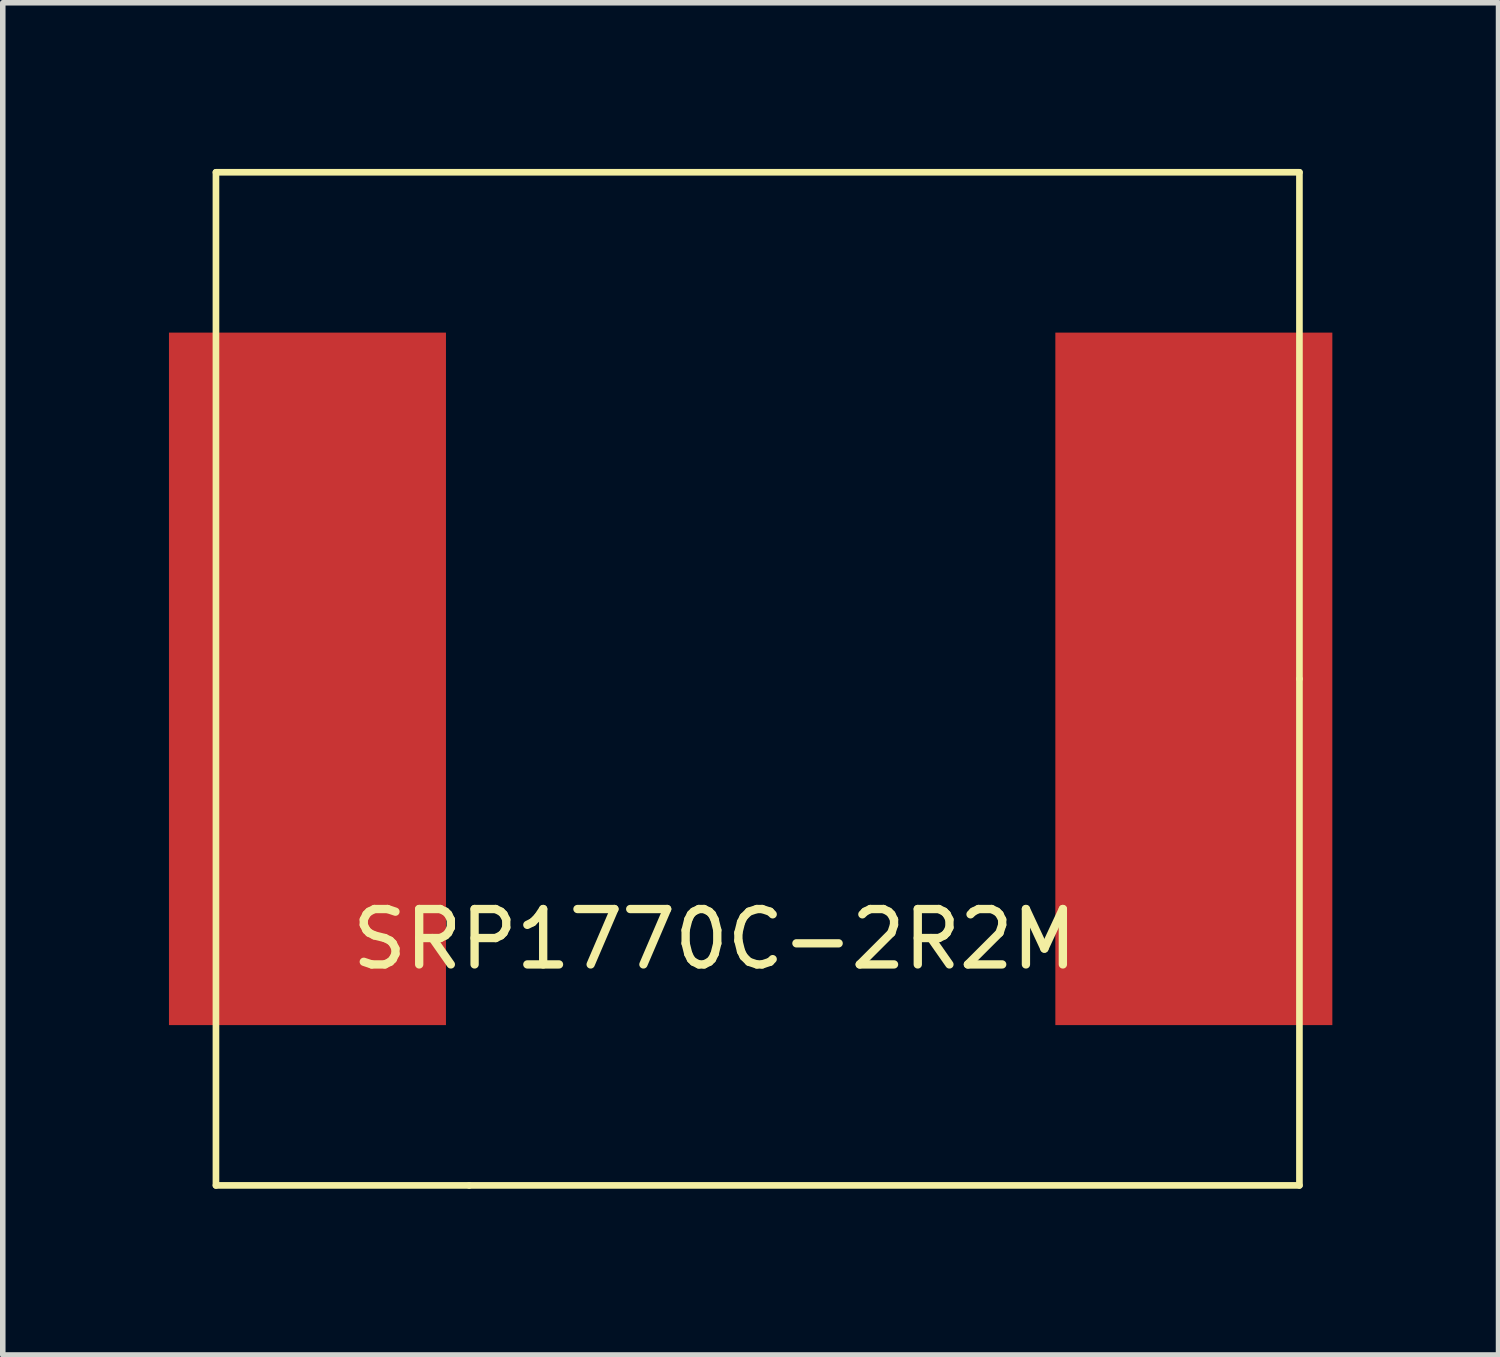
<source format=kicad_pcb>
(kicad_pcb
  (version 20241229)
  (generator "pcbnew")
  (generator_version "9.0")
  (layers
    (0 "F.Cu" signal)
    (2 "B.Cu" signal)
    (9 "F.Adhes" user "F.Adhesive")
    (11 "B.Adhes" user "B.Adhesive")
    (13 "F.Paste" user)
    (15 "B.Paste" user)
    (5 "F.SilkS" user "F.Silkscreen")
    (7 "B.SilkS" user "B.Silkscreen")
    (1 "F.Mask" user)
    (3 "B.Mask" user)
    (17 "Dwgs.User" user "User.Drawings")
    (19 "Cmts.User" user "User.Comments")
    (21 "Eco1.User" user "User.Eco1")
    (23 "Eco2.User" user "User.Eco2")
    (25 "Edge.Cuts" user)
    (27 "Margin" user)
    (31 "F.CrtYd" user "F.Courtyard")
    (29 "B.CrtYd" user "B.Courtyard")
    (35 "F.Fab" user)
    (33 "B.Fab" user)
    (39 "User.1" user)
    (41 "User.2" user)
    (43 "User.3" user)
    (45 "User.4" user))
  (footprint "SRP1770C-2R2M"
    (layer "F.Cu")
    (at 10.5 9.204)
    (property "Reference" "SRP1770C-2R2M" (at -0.65 4.7 0) (layer "F.SilkS") (effects (font (size 1 1) (thickness 0.15))))
    (attr through_hole)
    (fp_line (start -9.652 -9.144) (end -9.652 9.144) (stroke (width 0.12) (type solid)) (layer "F.SilkS"))
    (fp_line (start -9.652 9.144) (end -5.08 9.144) (stroke (width 0.12) (type solid)) (layer "F.SilkS"))
    (fp_line (start -5.08 9.144) (end 9.906 9.144) (stroke (width 0.12) (type solid)) (layer "F.SilkS"))
    (fp_line (start 9.906 -9.144) (end -9.652 -9.144) (stroke (width 0.12) (type solid)) (layer "F.SilkS"))
    (fp_line (start 9.906 0) (end 9.906 -9.144) (stroke (width 0.12) (type solid)) (layer "F.SilkS"))
    (fp_line (start 9.906 9.144) (end 9.906 0) (stroke (width 0.12) (type solid)) (layer "F.SilkS"))
    (pad "1" smd rect (at -8 0) (size 5 12.5) (layers "F.Cu" "F.Mask" "F.Paste"))
    (pad "2" smd rect (at 8 0) (size 5 12.5) (layers "F.Cu" "F.Mask" "F.Paste")))
  (gr_rect
    (start -3 -3)
    (end 24 21.408)
    (stroke (width 0.1) (type default))
    (fill no)
    (layer "Edge.Cuts")))
</source>
